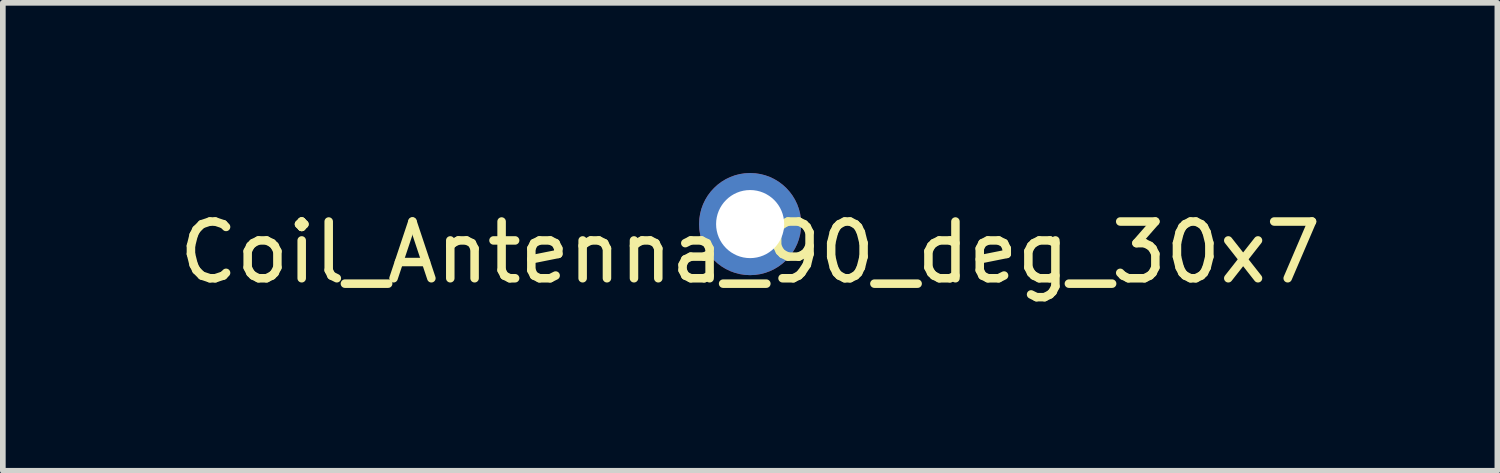
<source format=kicad_pcb>
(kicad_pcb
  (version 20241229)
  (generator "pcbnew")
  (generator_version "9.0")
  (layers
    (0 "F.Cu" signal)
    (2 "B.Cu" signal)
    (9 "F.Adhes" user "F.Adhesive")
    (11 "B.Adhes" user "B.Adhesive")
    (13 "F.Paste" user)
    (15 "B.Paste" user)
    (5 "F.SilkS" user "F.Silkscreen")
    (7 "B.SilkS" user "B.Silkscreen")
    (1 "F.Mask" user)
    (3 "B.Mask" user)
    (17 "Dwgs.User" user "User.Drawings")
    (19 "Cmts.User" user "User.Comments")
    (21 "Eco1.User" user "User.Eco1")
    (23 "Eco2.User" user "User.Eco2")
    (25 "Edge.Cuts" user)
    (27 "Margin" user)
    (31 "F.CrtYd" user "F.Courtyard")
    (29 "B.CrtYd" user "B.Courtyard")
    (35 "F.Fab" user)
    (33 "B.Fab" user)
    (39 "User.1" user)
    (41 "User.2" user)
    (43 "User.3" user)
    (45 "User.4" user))
  (footprint "Coil_Antenna_90_deg_30x7"
    (layer "F.Cu")
    (at 10.173 0.9)
    (property "Reference" "Coil_Antenna_90_deg_30x7" (at 0 0.5 0) (layer "F.SilkS") (effects (font (size 1 1) (thickness 0.15))))
    (attr through_hole)
    (pad "1" thru_hole circle (at 0 0) (size 1.8 1.8) (drill 1.2) (layers "*.Cu" "*.Mask")))
  (gr_rect
    (start -3 -3)
    (end 23.345 5.248)
    (stroke (width 0.1) (type default))
    (fill no)
    (layer "Edge.Cuts")))
</source>
